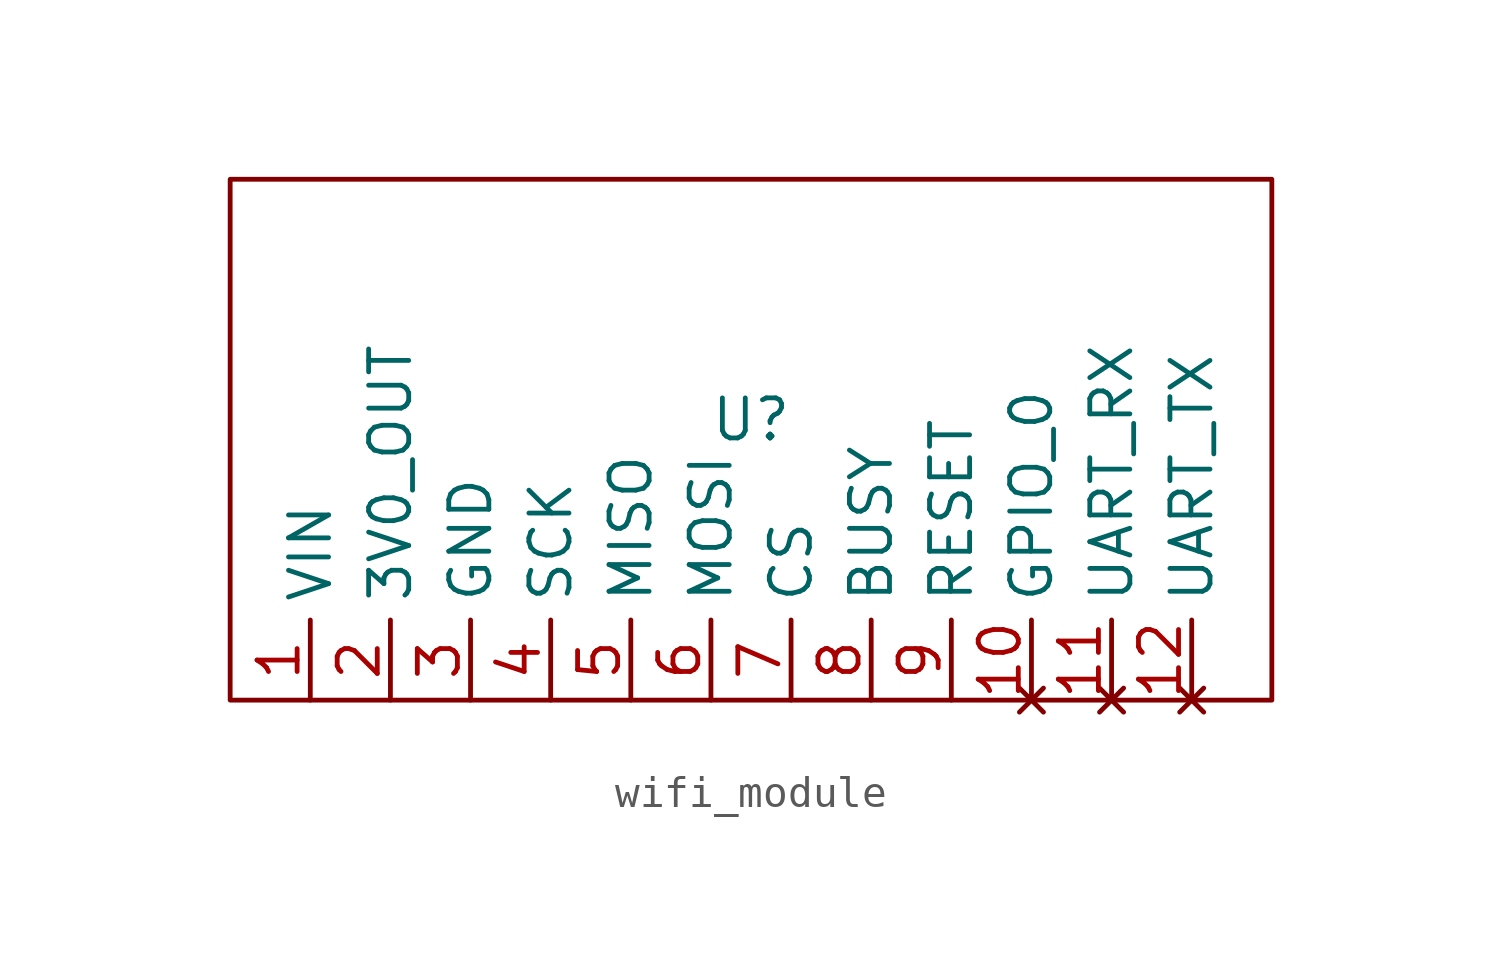
<source format=kicad_sym>
(kicad_symbol_lib
  (version 20241209)
  (generator "kicad_symbol_editor")
  (generator_version "9.0")
  (symbol "wifi_module"
    (property "Reference" "U"
      (at 0 0 0)
      (effects (font (size 1.27 1.27))))
    (property "Value" ""
      (at 0 0 0)
      (effects (font (size 1.27 1.27))))
    (symbol "wifi_module_0_1"
      (rectangle (start -16.51 7.62) (end 16.51 -8.89) (stroke (width 0) (type default)) (fill (type none))))
    (symbol "wifi_module_1_1"
      (pin power_in line (at -13.97 -8.89 90) (length 2.54) (name "VIN" (effects (font (size 1.27 1.27)))) (number "1" (effects (font (size 1.27 1.27)))))
      (pin power_out line (at -11.43 -8.89 90) (length 2.54) (name "3V0_OUT" (effects (font (size 1.27 1.27)))) (number "2" (effects (font (size 1.27 1.27)))))
      (pin power_in line (at -8.89 -8.89 90) (length 2.54) (name "GND" (effects (font (size 1.27 1.27)))) (number "3" (effects (font (size 1.27 1.27)))))
      (pin input line (at -6.35 -8.89 90) (length 2.54) (name "SCK" (effects (font (size 1.27 1.27)))) (number "4" (effects (font (size 1.27 1.27)))))
      (pin output line (at -3.81 -8.89 90) (length 2.54) (name "MISO" (effects (font (size 1.27 1.27)))) (number "5" (effects (font (size 1.27 1.27)))))
      (pin input line (at -1.27 -8.89 90) (length 2.54) (name "MOSI" (effects (font (size 1.27 1.27)))) (number "6" (effects (font (size 1.27 1.27)))))
      (pin input line (at 1.27 -8.89 90) (length 2.54) (name "CS" (effects (font (size 1.27 1.27)))) (number "7" (effects (font (size 1.27 1.27)))))
      (pin output line (at 3.81 -8.89 90) (length 2.54) (name "BUSY" (effects (font (size 1.27 1.27)))) (number "8" (effects (font (size 1.27 1.27)))))
      (pin output line (at 6.35 -8.89 90) (length 2.54) (name "RESET" (effects (font (size 1.27 1.27)))) (number "9" (effects (font (size 1.27 1.27)))))
      (pin no_connect line (at 8.89 -8.89 90) (length 2.54) (name "GPIO_0" (effects (font (size 1.27 1.27)))) (number "10" (effects (font (size 1.27 1.27)))))
      (pin no_connect line (at 11.43 -8.89 90) (length 2.54) (name "UART_RX" (effects (font (size 1.27 1.27)))) (number "11" (effects (font (size 1.27 1.27)))))
      (pin no_connect line (at 13.97 -8.89 90) (length 2.54) (name "UART_TX" (effects (font (size 1.27 1.27)))) (number "12" (effects (font (size 1.27 1.27))))))))
</source>
